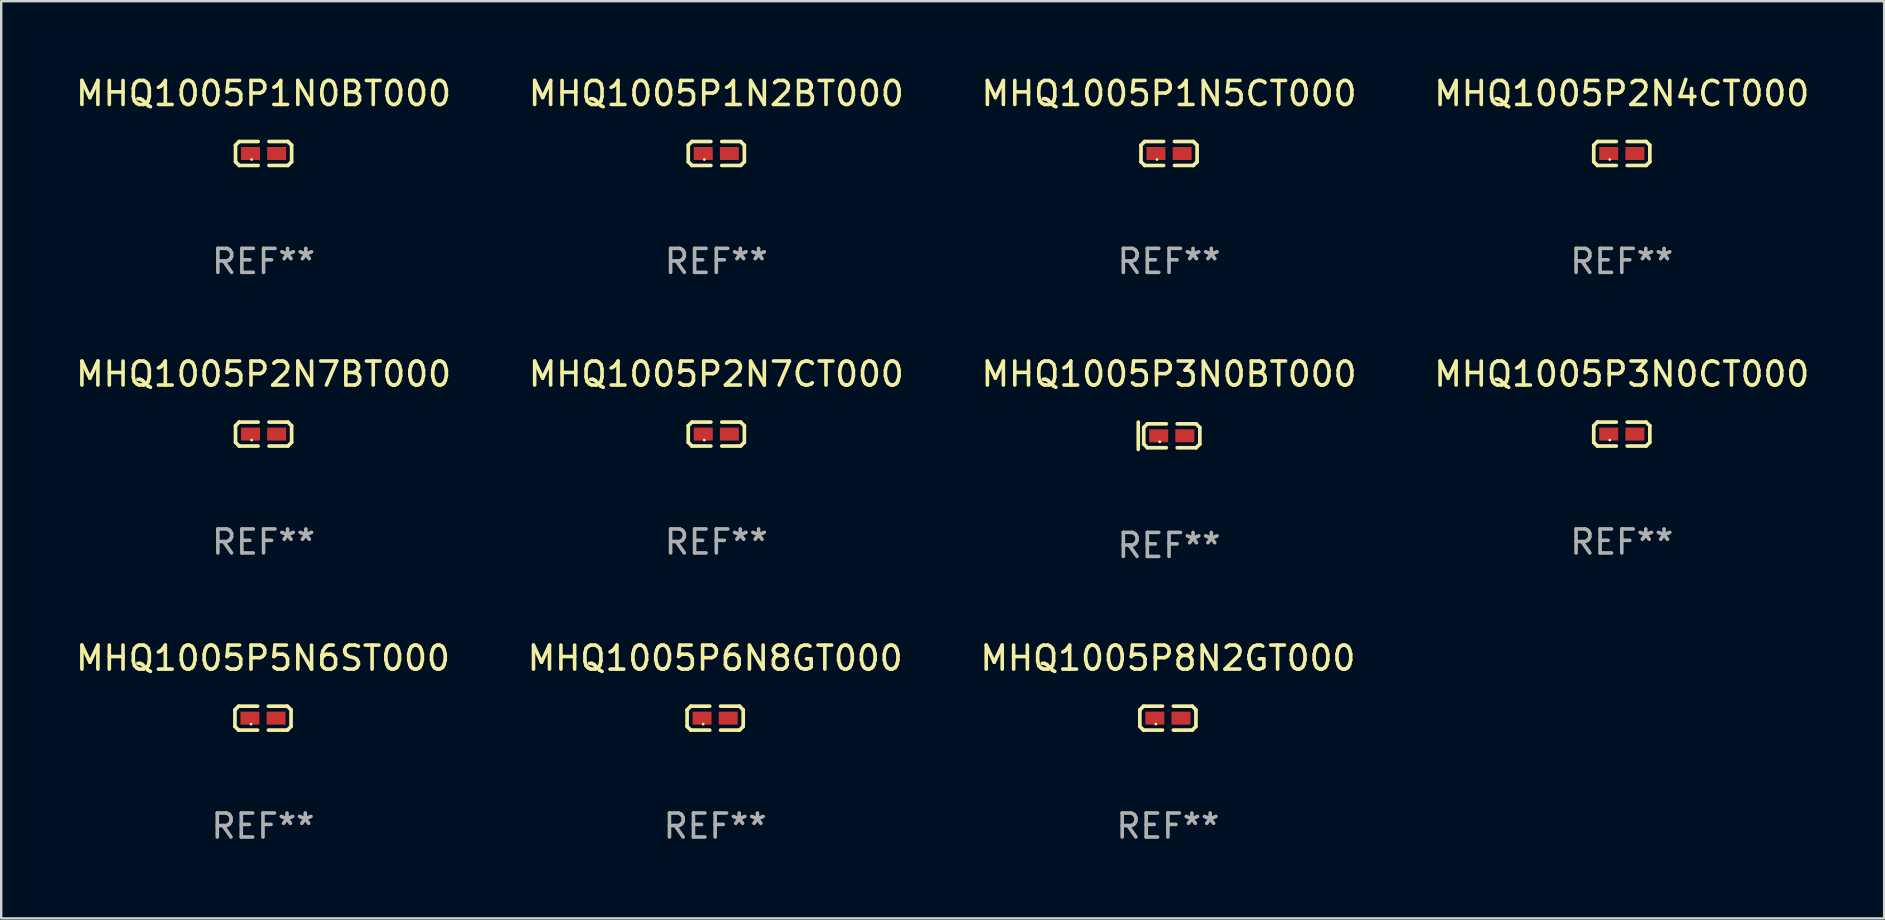
<source format=kicad_pcb>
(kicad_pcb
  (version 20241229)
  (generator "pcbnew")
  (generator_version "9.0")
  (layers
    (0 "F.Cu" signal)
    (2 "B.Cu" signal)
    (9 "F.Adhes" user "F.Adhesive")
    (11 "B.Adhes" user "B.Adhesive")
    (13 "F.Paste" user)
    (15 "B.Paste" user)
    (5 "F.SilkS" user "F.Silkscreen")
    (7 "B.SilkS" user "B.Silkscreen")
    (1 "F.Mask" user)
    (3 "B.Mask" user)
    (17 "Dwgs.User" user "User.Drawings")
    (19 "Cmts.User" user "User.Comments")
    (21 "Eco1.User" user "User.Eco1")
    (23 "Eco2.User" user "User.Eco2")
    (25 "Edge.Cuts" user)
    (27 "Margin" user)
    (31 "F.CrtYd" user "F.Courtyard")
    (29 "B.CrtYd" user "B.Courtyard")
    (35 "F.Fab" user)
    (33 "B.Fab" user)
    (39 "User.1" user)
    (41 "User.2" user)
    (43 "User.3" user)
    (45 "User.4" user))
  (footprint "MHQ1005P8N2GT000"
    (layer "F.Cu")
    (at 45.625 26.88)
    (property "Reference" "MHQ1005P8N2GT000" (at 0 -2.499 0) (layer "F.SilkS") (effects (font (size 1 1) (thickness 0.15))))
    (attr through_hole)
    (fp_line (start -1.169 -0.346) (end -1.016 -0.499) (stroke (width 0.152) (type solid)) (layer "F.SilkS"))
    (fp_line (start -1.169 0.346) (end -1.169 -0.346) (stroke (width 0.152) (type solid)) (layer "F.SilkS"))
    (fp_line (start -1.016 -0.499) (end -0.226 -0.499) (stroke (width 0.152) (type solid)) (layer "F.SilkS"))
    (fp_line (start -1.016 0.499) (end -1.169 0.346) (stroke (width 0.152) (type solid)) (layer "F.SilkS"))
    (fp_line (start -0.226 0.499) (end -1.016 0.499) (stroke (width 0.152) (type solid)) (layer "F.SilkS"))
    (fp_line (start 0.226 0.499) (end 1.016 0.499) (stroke (width 0.152) (type solid)) (layer "F.SilkS"))
    (fp_line (start 1.016 -0.499) (end 0.226 -0.499) (stroke (width 0.152) (type solid)) (layer "F.SilkS"))
    (fp_line (start 1.016 0.499) (end 1.169 0.346) (stroke (width 0.152) (type solid)) (layer "F.SilkS"))
    (fp_line (start 1.169 -0.346) (end 1.016 -0.499) (stroke (width 0.152) (type solid)) (layer "F.SilkS"))
    (fp_line (start 1.169 0.346) (end 1.169 -0.346) (stroke (width 0.152) (type solid)) (layer "F.SilkS"))
    (fp_circle (center -0.5 0.25) (end -0.47 0.25) (stroke (width 0.06) (type solid)) (fill no) (layer "F.SilkS"))
    (fp_text user "REF**" (at 0 4.499 0) (layer "F.Fab") (effects (font (size 1 1) (thickness 0.15))))
    (pad "1" smd rect (at -0.545 0) (size 0.79 0.54) (layers "F.Cu" "F.Mask" "F.Paste"))
    (pad "2" smd rect (at 0.545 0) (size 0.79 0.54) (layers "F.Cu" "F.Mask" "F.Paste")))
  (footprint "MHQ1005P3N0CT000"
    (layer "F.Cu")
    (at 64.542 15.041)
    (property "Reference" "MHQ1005P3N0CT000" (at 0 -2.499 0) (layer "F.SilkS") (effects (font (size 1 1) (thickness 0.15))))
    (attr through_hole)
    (fp_line (start -1.169 -0.346) (end -1.016 -0.499) (stroke (width 0.152) (type solid)) (layer "F.SilkS"))
    (fp_line (start -1.169 0.346) (end -1.169 -0.346) (stroke (width 0.152) (type solid)) (layer "F.SilkS"))
    (fp_line (start -1.016 -0.499) (end -0.226 -0.499) (stroke (width 0.152) (type solid)) (layer "F.SilkS"))
    (fp_line (start -1.016 0.499) (end -1.169 0.346) (stroke (width 0.152) (type solid)) (layer "F.SilkS"))
    (fp_line (start -0.226 0.499) (end -1.016 0.499) (stroke (width 0.152) (type solid)) (layer "F.SilkS"))
    (fp_line (start 0.226 0.499) (end 1.016 0.499) (stroke (width 0.152) (type solid)) (layer "F.SilkS"))
    (fp_line (start 1.016 -0.499) (end 0.226 -0.499) (stroke (width 0.152) (type solid)) (layer "F.SilkS"))
    (fp_line (start 1.016 0.499) (end 1.169 0.346) (stroke (width 0.152) (type solid)) (layer "F.SilkS"))
    (fp_line (start 1.169 -0.346) (end 1.016 -0.499) (stroke (width 0.152) (type solid)) (layer "F.SilkS"))
    (fp_line (start 1.169 0.346) (end 1.169 -0.346) (stroke (width 0.152) (type solid)) (layer "F.SilkS"))
    (fp_circle (center -0.5 0.25) (end -0.47 0.25) (stroke (width 0.06) (type solid)) (fill no) (layer "F.SilkS"))
    (fp_text user "REF**" (at 0 4.499 0) (layer "F.Fab") (effects (font (size 1 1) (thickness 0.15))))
    (pad "1" smd rect (at -0.545 0) (size 0.79 0.54) (layers "F.Cu" "F.Mask" "F.Paste"))
    (pad "2" smd rect (at 0.545 0) (size 0.79 0.54) (layers "F.Cu" "F.Mask" "F.Paste")))
  (footprint "MHQ1005P2N7BT000"
    (layer "F.Cu")
    (at 7.935 15.041)
    (property "Reference" "MHQ1005P2N7BT000" (at 0 -2.499 0) (layer "F.SilkS") (effects (font (size 1 1) (thickness 0.15))))
    (attr through_hole)
    (fp_line (start -1.169 -0.346) (end -1.016 -0.499) (stroke (width 0.152) (type solid)) (layer "F.SilkS"))
    (fp_line (start -1.169 0.346) (end -1.169 -0.346) (stroke (width 0.152) (type solid)) (layer "F.SilkS"))
    (fp_line (start -1.016 -0.499) (end -0.226 -0.499) (stroke (width 0.152) (type solid)) (layer "F.SilkS"))
    (fp_line (start -1.016 0.499) (end -1.169 0.346) (stroke (width 0.152) (type solid)) (layer "F.SilkS"))
    (fp_line (start -0.226 0.499) (end -1.016 0.499) (stroke (width 0.152) (type solid)) (layer "F.SilkS"))
    (fp_line (start 0.226 0.499) (end 1.016 0.499) (stroke (width 0.152) (type solid)) (layer "F.SilkS"))
    (fp_line (start 1.016 -0.499) (end 0.226 -0.499) (stroke (width 0.152) (type solid)) (layer "F.SilkS"))
    (fp_line (start 1.016 0.499) (end 1.169 0.346) (stroke (width 0.152) (type solid)) (layer "F.SilkS"))
    (fp_line (start 1.169 -0.346) (end 1.016 -0.499) (stroke (width 0.152) (type solid)) (layer "F.SilkS"))
    (fp_line (start 1.169 0.346) (end 1.169 -0.346) (stroke (width 0.152) (type solid)) (layer "F.SilkS"))
    (fp_circle (center -0.5 0.25) (end -0.47 0.25) (stroke (width 0.06) (type solid)) (fill no) (layer "F.SilkS"))
    (fp_text user "REF**" (at 0 4.499 0) (layer "F.Fab") (effects (font (size 1 1) (thickness 0.15))))
    (pad "1" smd rect (at -0.545 0) (size 0.79 0.54) (layers "F.Cu" "F.Mask" "F.Paste"))
    (pad "2" smd rect (at 0.545 0) (size 0.79 0.54) (layers "F.Cu" "F.Mask" "F.Paste")))
  (footprint "MHQ1005P6N8GT000"
    (layer "F.Cu")
    (at 26.756 26.88)
    (property "Reference" "MHQ1005P6N8GT000" (at 0 -2.499 0) (layer "F.SilkS") (effects (font (size 1 1) (thickness 0.15))))
    (attr through_hole)
    (fp_line (start -1.169 -0.346) (end -1.016 -0.499) (stroke (width 0.152) (type solid)) (layer "F.SilkS"))
    (fp_line (start -1.169 0.346) (end -1.169 -0.346) (stroke (width 0.152) (type solid)) (layer "F.SilkS"))
    (fp_line (start -1.016 -0.499) (end -0.226 -0.499) (stroke (width 0.152) (type solid)) (layer "F.SilkS"))
    (fp_line (start -1.016 0.499) (end -1.169 0.346) (stroke (width 0.152) (type solid)) (layer "F.SilkS"))
    (fp_line (start -0.226 0.499) (end -1.016 0.499) (stroke (width 0.152) (type solid)) (layer "F.SilkS"))
    (fp_line (start 0.226 0.499) (end 1.016 0.499) (stroke (width 0.152) (type solid)) (layer "F.SilkS"))
    (fp_line (start 1.016 -0.499) (end 0.226 -0.499) (stroke (width 0.152) (type solid)) (layer "F.SilkS"))
    (fp_line (start 1.016 0.499) (end 1.169 0.346) (stroke (width 0.152) (type solid)) (layer "F.SilkS"))
    (fp_line (start 1.169 -0.346) (end 1.016 -0.499) (stroke (width 0.152) (type solid)) (layer "F.SilkS"))
    (fp_line (start 1.169 0.346) (end 1.169 -0.346) (stroke (width 0.152) (type solid)) (layer "F.SilkS"))
    (fp_circle (center -0.5 0.25) (end -0.47 0.25) (stroke (width 0.06) (type solid)) (fill no) (layer "F.SilkS"))
    (fp_text user "REF**" (at 0 4.499 0) (layer "F.Fab") (effects (font (size 1 1) (thickness 0.15))))
    (pad "1" smd rect (at -0.545 0) (size 0.79 0.54) (layers "F.Cu" "F.Mask" "F.Paste"))
    (pad "2" smd rect (at 0.545 0) (size 0.79 0.54) (layers "F.Cu" "F.Mask" "F.Paste")))
  (footprint "MHQ1005P1N0BT000"
    (layer "F.Cu")
    (at 7.935 3.347)
    (property "Reference" "MHQ1005P1N0BT000" (at 0 -2.499 0) (layer "F.SilkS") (effects (font (size 1 1) (thickness 0.15))))
    (attr through_hole)
    (fp_line (start -1.169 -0.346) (end -1.016 -0.499) (stroke (width 0.152) (type solid)) (layer "F.SilkS"))
    (fp_line (start -1.169 0.346) (end -1.169 -0.346) (stroke (width 0.152) (type solid)) (layer "F.SilkS"))
    (fp_line (start -1.016 -0.499) (end -0.226 -0.499) (stroke (width 0.152) (type solid)) (layer "F.SilkS"))
    (fp_line (start -1.016 0.499) (end -1.169 0.346) (stroke (width 0.152) (type solid)) (layer "F.SilkS"))
    (fp_line (start -0.226 0.499) (end -1.016 0.499) (stroke (width 0.152) (type solid)) (layer "F.SilkS"))
    (fp_line (start 0.226 0.499) (end 1.016 0.499) (stroke (width 0.152) (type solid)) (layer "F.SilkS"))
    (fp_line (start 1.016 -0.499) (end 0.226 -0.499) (stroke (width 0.152) (type solid)) (layer "F.SilkS"))
    (fp_line (start 1.016 0.499) (end 1.169 0.346) (stroke (width 0.152) (type solid)) (layer "F.SilkS"))
    (fp_line (start 1.169 -0.346) (end 1.016 -0.499) (stroke (width 0.152) (type solid)) (layer "F.SilkS"))
    (fp_line (start 1.169 0.346) (end 1.169 -0.346) (stroke (width 0.152) (type solid)) (layer "F.SilkS"))
    (fp_circle (center -0.5 0.25) (end -0.47 0.25) (stroke (width 0.06) (type solid)) (fill no) (layer "F.SilkS"))
    (fp_text user "REF**" (at 0 4.499 0) (layer "F.Fab") (effects (font (size 1 1) (thickness 0.15))))
    (pad "1" smd rect (at -0.545 0) (size 0.79 0.54) (layers "F.Cu" "F.Mask" "F.Paste"))
    (pad "2" smd rect (at 0.545 0) (size 0.79 0.54) (layers "F.Cu" "F.Mask" "F.Paste")))
  (footprint "MHQ1005P1N5CT000"
    (layer "F.Cu")
    (at 45.673 3.347)
    (property "Reference" "MHQ1005P1N5CT000" (at 0 -2.499 0) (layer "F.SilkS") (effects (font (size 1 1) (thickness 0.15))))
    (attr through_hole)
    (fp_line (start -1.169 -0.346) (end -1.016 -0.499) (stroke (width 0.152) (type solid)) (layer "F.SilkS"))
    (fp_line (start -1.169 0.346) (end -1.169 -0.346) (stroke (width 0.152) (type solid)) (layer "F.SilkS"))
    (fp_line (start -1.016 -0.499) (end -0.226 -0.499) (stroke (width 0.152) (type solid)) (layer "F.SilkS"))
    (fp_line (start -1.016 0.499) (end -1.169 0.346) (stroke (width 0.152) (type solid)) (layer "F.SilkS"))
    (fp_line (start -0.226 0.499) (end -1.016 0.499) (stroke (width 0.152) (type solid)) (layer "F.SilkS"))
    (fp_line (start 0.226 0.499) (end 1.016 0.499) (stroke (width 0.152) (type solid)) (layer "F.SilkS"))
    (fp_line (start 1.016 -0.499) (end 0.226 -0.499) (stroke (width 0.152) (type solid)) (layer "F.SilkS"))
    (fp_line (start 1.016 0.499) (end 1.169 0.346) (stroke (width 0.152) (type solid)) (layer "F.SilkS"))
    (fp_line (start 1.169 -0.346) (end 1.016 -0.499) (stroke (width 0.152) (type solid)) (layer "F.SilkS"))
    (fp_line (start 1.169 0.346) (end 1.169 -0.346) (stroke (width 0.152) (type solid)) (layer "F.SilkS"))
    (fp_circle (center -0.5 0.25) (end -0.47 0.25) (stroke (width 0.06) (type solid)) (fill no) (layer "F.SilkS"))
    (fp_text user "REF**" (at 0 4.499 0) (layer "F.Fab") (effects (font (size 1 1) (thickness 0.15))))
    (pad "1" smd rect (at -0.545 0) (size 0.79 0.54) (layers "F.Cu" "F.Mask" "F.Paste"))
    (pad "2" smd rect (at 0.545 0) (size 0.79 0.54) (layers "F.Cu" "F.Mask" "F.Paste")))
  (footprint "MHQ1005P5N6ST000"
    (layer "F.Cu")
    (at 7.911 26.88)
    (property "Reference" "MHQ1005P5N6ST000" (at 0 -2.499 0) (layer "F.SilkS") (effects (font (size 1 1) (thickness 0.15))))
    (attr through_hole)
    (fp_line (start -1.169 -0.346) (end -1.016 -0.499) (stroke (width 0.152) (type solid)) (layer "F.SilkS"))
    (fp_line (start -1.169 0.346) (end -1.169 -0.346) (stroke (width 0.152) (type solid)) (layer "F.SilkS"))
    (fp_line (start -1.016 -0.499) (end -0.226 -0.499) (stroke (width 0.152) (type solid)) (layer "F.SilkS"))
    (fp_line (start -1.016 0.499) (end -1.169 0.346) (stroke (width 0.152) (type solid)) (layer "F.SilkS"))
    (fp_line (start -0.226 0.499) (end -1.016 0.499) (stroke (width 0.152) (type solid)) (layer "F.SilkS"))
    (fp_line (start 0.226 0.499) (end 1.016 0.499) (stroke (width 0.152) (type solid)) (layer "F.SilkS"))
    (fp_line (start 1.016 -0.499) (end 0.226 -0.499) (stroke (width 0.152) (type solid)) (layer "F.SilkS"))
    (fp_line (start 1.016 0.499) (end 1.169 0.346) (stroke (width 0.152) (type solid)) (layer "F.SilkS"))
    (fp_line (start 1.169 -0.346) (end 1.016 -0.499) (stroke (width 0.152) (type solid)) (layer "F.SilkS"))
    (fp_line (start 1.169 0.346) (end 1.169 -0.346) (stroke (width 0.152) (type solid)) (layer "F.SilkS"))
    (fp_circle (center -0.5 0.25) (end -0.47 0.25) (stroke (width 0.06) (type solid)) (fill no) (layer "F.SilkS"))
    (fp_text user "REF**" (at 0 4.499 0) (layer "F.Fab") (effects (font (size 1 1) (thickness 0.15))))
    (pad "1" smd rect (at -0.545 0) (size 0.79 0.54) (layers "F.Cu" "F.Mask" "F.Paste"))
    (pad "2" smd rect (at 0.545 0) (size 0.79 0.54) (layers "F.Cu" "F.Mask" "F.Paste")))
  (footprint "MHQ1005P2N7CT000"
    (layer "F.Cu")
    (at 26.804 15.041)
    (property "Reference" "MHQ1005P2N7CT000" (at 0 -2.499 0) (layer "F.SilkS") (effects (font (size 1 1) (thickness 0.15))))
    (attr through_hole)
    (fp_line (start -1.169 -0.346) (end -1.016 -0.499) (stroke (width 0.152) (type solid)) (layer "F.SilkS"))
    (fp_line (start -1.169 0.346) (end -1.169 -0.346) (stroke (width 0.152) (type solid)) (layer "F.SilkS"))
    (fp_line (start -1.016 -0.499) (end -0.226 -0.499) (stroke (width 0.152) (type solid)) (layer "F.SilkS"))
    (fp_line (start -1.016 0.499) (end -1.169 0.346) (stroke (width 0.152) (type solid)) (layer "F.SilkS"))
    (fp_line (start -0.226 0.499) (end -1.016 0.499) (stroke (width 0.152) (type solid)) (layer "F.SilkS"))
    (fp_line (start 0.226 0.499) (end 1.016 0.499) (stroke (width 0.152) (type solid)) (layer "F.SilkS"))
    (fp_line (start 1.016 -0.499) (end 0.226 -0.499) (stroke (width 0.152) (type solid)) (layer "F.SilkS"))
    (fp_line (start 1.016 0.499) (end 1.169 0.346) (stroke (width 0.152) (type solid)) (layer "F.SilkS"))
    (fp_line (start 1.169 -0.346) (end 1.016 -0.499) (stroke (width 0.152) (type solid)) (layer "F.SilkS"))
    (fp_line (start 1.169 0.346) (end 1.169 -0.346) (stroke (width 0.152) (type solid)) (layer "F.SilkS"))
    (fp_circle (center -0.5 0.25) (end -0.47 0.25) (stroke (width 0.06) (type solid)) (fill no) (layer "F.SilkS"))
    (fp_text user "REF**" (at 0 4.499 0) (layer "F.Fab") (effects (font (size 1 1) (thickness 0.15))))
    (pad "1" smd rect (at -0.545 0) (size 0.79 0.54) (layers "F.Cu" "F.Mask" "F.Paste"))
    (pad "2" smd rect (at 0.545 0) (size 0.79 0.54) (layers "F.Cu" "F.Mask" "F.Paste")))
  (footprint "MHQ1005P2N4CT000"
    (layer "F.Cu")
    (at 64.542 3.347)
    (property "Reference" "MHQ1005P2N4CT000" (at 0 -2.499 0) (layer "F.SilkS") (effects (font (size 1 1) (thickness 0.15))))
    (attr through_hole)
    (fp_line (start -1.169 -0.346) (end -1.016 -0.499) (stroke (width 0.152) (type solid)) (layer "F.SilkS"))
    (fp_line (start -1.169 0.346) (end -1.169 -0.346) (stroke (width 0.152) (type solid)) (layer "F.SilkS"))
    (fp_line (start -1.016 -0.499) (end -0.226 -0.499) (stroke (width 0.152) (type solid)) (layer "F.SilkS"))
    (fp_line (start -1.016 0.499) (end -1.169 0.346) (stroke (width 0.152) (type solid)) (layer "F.SilkS"))
    (fp_line (start -0.226 0.499) (end -1.016 0.499) (stroke (width 0.152) (type solid)) (layer "F.SilkS"))
    (fp_line (start 0.226 0.499) (end 1.016 0.499) (stroke (width 0.152) (type solid)) (layer "F.SilkS"))
    (fp_line (start 1.016 -0.499) (end 0.226 -0.499) (stroke (width 0.152) (type solid)) (layer "F.SilkS"))
    (fp_line (start 1.016 0.499) (end 1.169 0.346) (stroke (width 0.152) (type solid)) (layer "F.SilkS"))
    (fp_line (start 1.169 -0.346) (end 1.016 -0.499) (stroke (width 0.152) (type solid)) (layer "F.SilkS"))
    (fp_line (start 1.169 0.346) (end 1.169 -0.346) (stroke (width 0.152) (type solid)) (layer "F.SilkS"))
    (fp_circle (center -0.5 0.25) (end -0.47 0.25) (stroke (width 0.06) (type solid)) (fill no) (layer "F.SilkS"))
    (fp_text user "REF**" (at 0 4.499 0) (layer "F.Fab") (effects (font (size 1 1) (thickness 0.15))))
    (pad "1" smd rect (at -0.545 0) (size 0.79 0.54) (layers "F.Cu" "F.Mask" "F.Paste"))
    (pad "2" smd rect (at 0.545 0) (size 0.79 0.54) (layers "F.Cu" "F.Mask" "F.Paste")))
  (footprint "MHQ1005P1N2BT000"
    (layer "F.Cu")
    (at 26.804 3.347)
    (property "Reference" "MHQ1005P1N2BT000" (at 0 -2.499 0) (layer "F.SilkS") (effects (font (size 1 1) (thickness 0.15))))
    (attr through_hole)
    (fp_line (start -1.169 -0.346) (end -1.016 -0.499) (stroke (width 0.152) (type solid)) (layer "F.SilkS"))
    (fp_line (start -1.169 0.346) (end -1.169 -0.346) (stroke (width 0.152) (type solid)) (layer "F.SilkS"))
    (fp_line (start -1.016 -0.499) (end -0.226 -0.499) (stroke (width 0.152) (type solid)) (layer "F.SilkS"))
    (fp_line (start -1.016 0.499) (end -1.169 0.346) (stroke (width 0.152) (type solid)) (layer "F.SilkS"))
    (fp_line (start -0.226 0.499) (end -1.016 0.499) (stroke (width 0.152) (type solid)) (layer "F.SilkS"))
    (fp_line (start 0.226 0.499) (end 1.016 0.499) (stroke (width 0.152) (type solid)) (layer "F.SilkS"))
    (fp_line (start 1.016 -0.499) (end 0.226 -0.499) (stroke (width 0.152) (type solid)) (layer "F.SilkS"))
    (fp_line (start 1.016 0.499) (end 1.169 0.346) (stroke (width 0.152) (type solid)) (layer "F.SilkS"))
    (fp_line (start 1.169 -0.346) (end 1.016 -0.499) (stroke (width 0.152) (type solid)) (layer "F.SilkS"))
    (fp_line (start 1.169 0.346) (end 1.169 -0.346) (stroke (width 0.152) (type solid)) (layer "F.SilkS"))
    (fp_circle (center -0.5 0.25) (end -0.47 0.25) (stroke (width 0.06) (type solid)) (fill no) (layer "F.SilkS"))
    (fp_text user "REF**" (at 0 4.499 0) (layer "F.Fab") (effects (font (size 1 1) (thickness 0.15))))
    (pad "1" smd rect (at -0.545 0) (size 0.79 0.54) (layers "F.Cu" "F.Mask" "F.Paste"))
    (pad "2" smd rect (at 0.545 0) (size 0.79 0.54) (layers "F.Cu" "F.Mask" "F.Paste")))
  (footprint "MHQ1005P3N0BT000"
    (layer "F.Cu")
    (at 45.673 15.113)
    (property "Reference" "MHQ1005P3N0BT000" (at 0 -2.572 0) (layer "F.SilkS") (effects (font (size 1 1) (thickness 0.15))))
    (attr through_hole)
    (fp_line (start -1.283 -0.572) (end -1.283 0.572) (stroke (width 0.15) (type solid)) (layer "F.SilkS"))
    (fp_line (start -1.055 -0.346) (end -0.902 -0.499) (stroke (width 0.152) (type solid)) (layer "F.SilkS"))
    (fp_line (start -1.055 0.346) (end -1.055 -0.346) (stroke (width 0.152) (type solid)) (layer "F.SilkS"))
    (fp_line (start -0.902 -0.499) (end -0.112 -0.499) (stroke (width 0.152) (type solid)) (layer "F.SilkS"))
    (fp_line (start -0.902 0.499) (end -1.055 0.346) (stroke (width 0.152) (type solid)) (layer "F.SilkS"))
    (fp_line (start -0.112 0.499) (end -0.902 0.499) (stroke (width 0.152) (type solid)) (layer "F.SilkS"))
    (fp_line (start 0.34 0.499) (end 1.13 0.499) (stroke (width 0.152) (type solid)) (layer "F.SilkS"))
    (fp_line (start 1.13 -0.499) (end 0.34 -0.499) (stroke (width 0.152) (type solid)) (layer "F.SilkS"))
    (fp_line (start 1.13 0.499) (end 1.283 0.346) (stroke (width 0.152) (type solid)) (layer "F.SilkS"))
    (fp_line (start 1.283 -0.346) (end 1.13 -0.499) (stroke (width 0.152) (type solid)) (layer "F.SilkS"))
    (fp_line (start 1.283 0.346) (end 1.283 -0.346) (stroke (width 0.152) (type solid)) (layer "F.SilkS"))
    (fp_circle (center -0.386 0.25) (end -0.356 0.25) (stroke (width 0.06) (type solid)) (fill no) (layer "F.SilkS"))
    (fp_text user "REF**" (at 0 4.572 0) (layer "F.Fab") (effects (font (size 1 1) (thickness 0.15))))
    (pad "1" smd rect (at -0.431 0) (size 0.79 0.54) (layers "F.Cu" "F.Mask" "F.Paste"))
    (pad "2" smd rect (at 0.659 0) (size 0.79 0.54) (layers "F.Cu" "F.Mask" "F.Paste")))
  (gr_rect
    (start -3 -3)
    (end 75.476 35.227)
    (stroke (width 0.1) (type default))
    (fill no)
    (layer "Edge.Cuts")))
</source>
